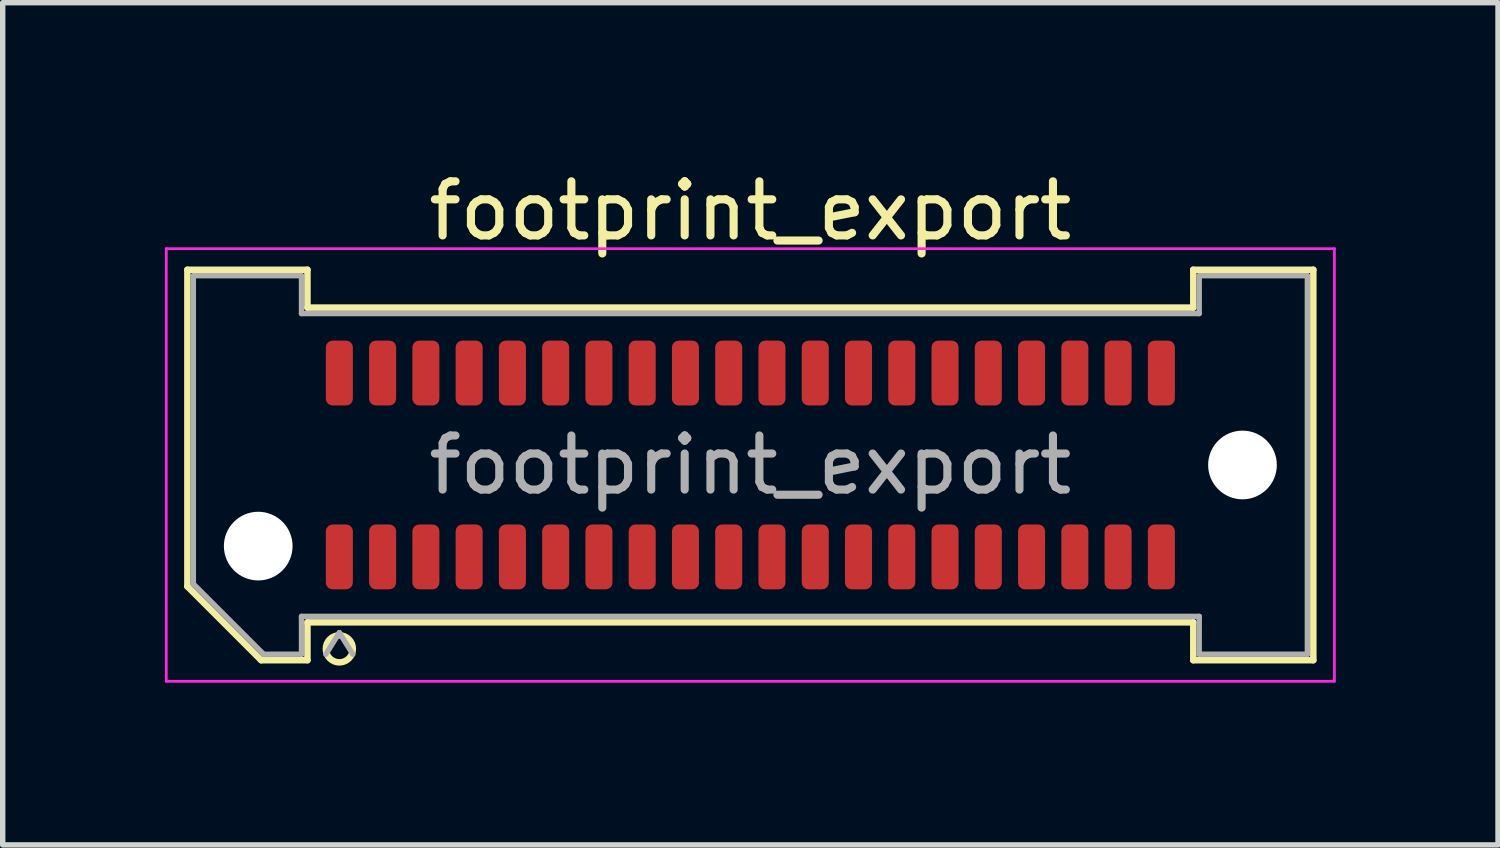
<source format=kicad_pcb>
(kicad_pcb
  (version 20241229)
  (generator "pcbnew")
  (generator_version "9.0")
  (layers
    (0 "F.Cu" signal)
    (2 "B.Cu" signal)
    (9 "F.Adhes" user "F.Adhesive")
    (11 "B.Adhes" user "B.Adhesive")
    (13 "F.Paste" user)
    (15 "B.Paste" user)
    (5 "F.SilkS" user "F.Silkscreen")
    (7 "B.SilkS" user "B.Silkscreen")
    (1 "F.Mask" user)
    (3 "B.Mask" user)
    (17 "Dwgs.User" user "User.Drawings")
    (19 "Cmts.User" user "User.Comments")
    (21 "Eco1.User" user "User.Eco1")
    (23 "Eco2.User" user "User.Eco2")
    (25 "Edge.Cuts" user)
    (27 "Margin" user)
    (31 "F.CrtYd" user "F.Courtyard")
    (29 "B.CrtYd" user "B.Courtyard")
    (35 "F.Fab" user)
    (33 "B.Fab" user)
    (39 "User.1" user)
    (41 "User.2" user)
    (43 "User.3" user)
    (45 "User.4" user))
  (footprint "footprint_export"
    (layer "F.Cu")
    (at 10.825 5.548)
    (property "Reference" "footprint_export" (at 0 -4.7 0) (layer "F.SilkS") (effects (font (size 1 1) (thickness 0.15))))
    (attr smd)
    (fp_line (start -10.41 -3.61) (end -8.19 -3.61) (stroke (width 0.12) (type solid)) (layer "F.SilkS"))
    (fp_line (start -10.41 2.246) (end -10.41 -3.61) (stroke (width 0.12) (type solid)) (layer "F.SilkS"))
    (fp_line (start -9.046 3.61) (end -10.41 2.246) (stroke (width 0.12) (type solid)) (layer "F.SilkS"))
    (fp_line (start -8.19 -3.61) (end -8.19 -2.91) (stroke (width 0.12) (type solid)) (layer "F.SilkS"))
    (fp_line (start -8.19 -2.91) (end 8.19 -2.91) (stroke (width 0.12) (type solid)) (layer "F.SilkS"))
    (fp_line (start -8.19 2.91) (end -8.19 3.61) (stroke (width 0.12) (type solid)) (layer "F.SilkS"))
    (fp_line (start -8.19 3.61) (end -9.046 3.61) (stroke (width 0.12) (type solid)) (layer "F.SilkS"))
    (fp_line (start 8.19 -3.61) (end 10.41 -3.61) (stroke (width 0.12) (type solid)) (layer "F.SilkS"))
    (fp_line (start 8.19 -2.91) (end 8.19 -3.61) (stroke (width 0.12) (type solid)) (layer "F.SilkS"))
    (fp_line (start 8.19 2.91) (end -8.19 2.91) (stroke (width 0.12) (type solid)) (layer "F.SilkS"))
    (fp_line (start 8.19 3.61) (end 8.19 2.91) (stroke (width 0.12) (type solid)) (layer "F.SilkS"))
    (fp_line (start 10.41 -3.61) (end 10.41 3.61) (stroke (width 0.12) (type solid)) (layer "F.SilkS"))
    (fp_line (start 10.41 3.61) (end 8.19 3.61) (stroke (width 0.12) (type solid)) (layer "F.SilkS"))
    (fp_arc (start -7.35 3.4) (mid -7.85 3.4) (end -7.35 3.4) (stroke (width 0.12) (type solid)) (layer "F.SilkS"))
    (fp_line (start -10.8 -4) (end -10.8 4) (stroke (width 0.05) (type solid)) (layer "F.CrtYd"))
    (fp_line (start -10.8 4) (end 10.8 4) (stroke (width 0.05) (type solid)) (layer "F.CrtYd"))
    (fp_line (start 10.8 -4) (end -10.8 -4) (stroke (width 0.05) (type solid)) (layer "F.CrtYd"))
    (fp_line (start 10.8 4) (end 10.8 -4) (stroke (width 0.05) (type solid)) (layer "F.CrtYd"))
    (fp_line (start -10.3 -3.5) (end -8.3 -3.5) (stroke (width 0.1) (type solid)) (layer "F.Fab"))
    (fp_line (start -10.3 2.2) (end -10.3 -3.5) (stroke (width 0.1) (type solid)) (layer "F.Fab"))
    (fp_line (start -9 3.5) (end -10.3 2.2) (stroke (width 0.1) (type solid)) (layer "F.Fab"))
    (fp_line (start -8.3 -3.5) (end -8.3 -2.8) (stroke (width 0.1) (type solid)) (layer "F.Fab"))
    (fp_line (start -8.3 -2.8) (end 8.3 -2.8) (stroke (width 0.1) (type solid)) (layer "F.Fab"))
    (fp_line (start -8.3 2.8) (end -8.3 3.5) (stroke (width 0.1) (type solid)) (layer "F.Fab"))
    (fp_line (start -8.3 3.5) (end -9 3.5) (stroke (width 0.1) (type solid)) (layer "F.Fab"))
    (fp_line (start -7.6 3.1) (end -7.85 3.5) (stroke (width 0.1) (type solid)) (layer "F.Fab"))
    (fp_line (start -7.6 3.1) (end -7.35 3.5) (stroke (width 0.1) (type solid)) (layer "F.Fab"))
    (fp_line (start 8.3 -3.5) (end 10.3 -3.5) (stroke (width 0.1) (type solid)) (layer "F.Fab"))
    (fp_line (start 8.3 -2.8) (end 8.3 -3.5) (stroke (width 0.1) (type solid)) (layer "F.Fab"))
    (fp_line (start 8.3 2.8) (end -8.3 2.8) (stroke (width 0.1) (type solid)) (layer "F.Fab"))
    (fp_line (start 8.3 3.5) (end 8.3 2.8) (stroke (width 0.1) (type solid)) (layer "F.Fab"))
    (fp_line (start 10.3 -3.5) (end 10.3 3.5) (stroke (width 0.1) (type solid)) (layer "F.Fab"))
    (fp_line (start 10.3 3.5) (end 8.3 3.5) (stroke (width 0.1) (type solid)) (layer "F.Fab"))
    (fp_text user "${REFERENCE}" (at 0 0 0) (layer "F.Fab") (effects (font (size 1 1) (thickness 0.15))))
    (pad "" np_thru_hole circle (at -9.1 1.5) (size 1.27 1.27) (drill 1.27) (layers "*.Cu" "*.Mask"))
    (pad "" np_thru_hole circle (at 9.1 0) (size 1.27 1.27) (drill 1.27) (layers "*.Cu" "*.Mask"))
    (pad "1" smd roundrect (at -7.6 1.7) (size 0.5 1.2) (layers "F.Cu" "F.Mask" "F.Paste") (roundrect_rratio 0.25))
    (pad "2" smd roundrect (at -7.6 -1.7) (size 0.5 1.2) (layers "F.Cu" "F.Mask" "F.Paste") (roundrect_rratio 0.25))
    (pad "3" smd roundrect (at -6.8 1.7) (size 0.5 1.2) (layers "F.Cu" "F.Mask" "F.Paste") (roundrect_rratio 0.25))
    (pad "4" smd roundrect (at -6.8 -1.7) (size 0.5 1.2) (layers "F.Cu" "F.Mask" "F.Paste") (roundrect_rratio 0.25))
    (pad "5" smd roundrect (at -6 1.7) (size 0.5 1.2) (layers "F.Cu" "F.Mask" "F.Paste") (roundrect_rratio 0.25))
    (pad "6" smd roundrect (at -6 -1.7) (size 0.5 1.2) (layers "F.Cu" "F.Mask" "F.Paste") (roundrect_rratio 0.25))
    (pad "7" smd roundrect (at -5.2 1.7) (size 0.5 1.2) (layers "F.Cu" "F.Mask" "F.Paste") (roundrect_rratio 0.25))
    (pad "8" smd roundrect (at -5.2 -1.7) (size 0.5 1.2) (layers "F.Cu" "F.Mask" "F.Paste") (roundrect_rratio 0.25))
    (pad "9" smd roundrect (at -4.4 1.7) (size 0.5 1.2) (layers "F.Cu" "F.Mask" "F.Paste") (roundrect_rratio 0.25))
    (pad "10" smd roundrect (at -4.4 -1.7) (size 0.5 1.2) (layers "F.Cu" "F.Mask" "F.Paste") (roundrect_rratio 0.25))
    (pad "11" smd roundrect (at -3.6 1.7) (size 0.5 1.2) (layers "F.Cu" "F.Mask" "F.Paste") (roundrect_rratio 0.25))
    (pad "12" smd roundrect (at -3.6 -1.7) (size 0.5 1.2) (layers "F.Cu" "F.Mask" "F.Paste") (roundrect_rratio 0.25))
    (pad "13" smd roundrect (at -2.8 1.7) (size 0.5 1.2) (layers "F.Cu" "F.Mask" "F.Paste") (roundrect_rratio 0.25))
    (pad "14" smd roundrect (at -2.8 -1.7) (size 0.5 1.2) (layers "F.Cu" "F.Mask" "F.Paste") (roundrect_rratio 0.25))
    (pad "15" smd roundrect (at -2 1.7) (size 0.5 1.2) (layers "F.Cu" "F.Mask" "F.Paste") (roundrect_rratio 0.25))
    (pad "16" smd roundrect (at -2 -1.7) (size 0.5 1.2) (layers "F.Cu" "F.Mask" "F.Paste") (roundrect_rratio 0.25))
    (pad "17" smd roundrect (at -1.2 1.7) (size 0.5 1.2) (layers "F.Cu" "F.Mask" "F.Paste") (roundrect_rratio 0.25))
    (pad "18" smd roundrect (at -1.2 -1.7) (size 0.5 1.2) (layers "F.Cu" "F.Mask" "F.Paste") (roundrect_rratio 0.25))
    (pad "19" smd roundrect (at -0.4 1.7) (size 0.5 1.2) (layers "F.Cu" "F.Mask" "F.Paste") (roundrect_rratio 0.25))
    (pad "20" smd roundrect (at -0.4 -1.7) (size 0.5 1.2) (layers "F.Cu" "F.Mask" "F.Paste") (roundrect_rratio 0.25))
    (pad "21" smd roundrect (at 0.4 1.7) (size 0.5 1.2) (layers "F.Cu" "F.Mask" "F.Paste") (roundrect_rratio 0.25))
    (pad "22" smd roundrect (at 0.4 -1.7) (size 0.5 1.2) (layers "F.Cu" "F.Mask" "F.Paste") (roundrect_rratio 0.25))
    (pad "23" smd roundrect (at 1.2 1.7) (size 0.5 1.2) (layers "F.Cu" "F.Mask" "F.Paste") (roundrect_rratio 0.25))
    (pad "24" smd roundrect (at 1.2 -1.7) (size 0.5 1.2) (layers "F.Cu" "F.Mask" "F.Paste") (roundrect_rratio 0.25))
    (pad "25" smd roundrect (at 2 1.7) (size 0.5 1.2) (layers "F.Cu" "F.Mask" "F.Paste") (roundrect_rratio 0.25))
    (pad "26" smd roundrect (at 2 -1.7) (size 0.5 1.2) (layers "F.Cu" "F.Mask" "F.Paste") (roundrect_rratio 0.25))
    (pad "27" smd roundrect (at 2.8 1.7) (size 0.5 1.2) (layers "F.Cu" "F.Mask" "F.Paste") (roundrect_rratio 0.25))
    (pad "28" smd roundrect (at 2.8 -1.7) (size 0.5 1.2) (layers "F.Cu" "F.Mask" "F.Paste") (roundrect_rratio 0.25))
    (pad "29" smd roundrect (at 3.6 1.7) (size 0.5 1.2) (layers "F.Cu" "F.Mask" "F.Paste") (roundrect_rratio 0.25))
    (pad "30" smd roundrect (at 3.6 -1.7) (size 0.5 1.2) (layers "F.Cu" "F.Mask" "F.Paste") (roundrect_rratio 0.25))
    (pad "31" smd roundrect (at 4.4 1.7) (size 0.5 1.2) (layers "F.Cu" "F.Mask" "F.Paste") (roundrect_rratio 0.25))
    (pad "32" smd roundrect (at 4.4 -1.7) (size 0.5 1.2) (layers "F.Cu" "F.Mask" "F.Paste") (roundrect_rratio 0.25))
    (pad "33" smd roundrect (at 5.2 1.7) (size 0.5 1.2) (layers "F.Cu" "F.Mask" "F.Paste") (roundrect_rratio 0.25))
    (pad "34" smd roundrect (at 5.2 -1.7) (size 0.5 1.2) (layers "F.Cu" "F.Mask" "F.Paste") (roundrect_rratio 0.25))
    (pad "35" smd roundrect (at 6 1.7) (size 0.5 1.2) (layers "F.Cu" "F.Mask" "F.Paste") (roundrect_rratio 0.25))
    (pad "36" smd roundrect (at 6 -1.7) (size 0.5 1.2) (layers "F.Cu" "F.Mask" "F.Paste") (roundrect_rratio 0.25))
    (pad "37" smd roundrect (at 6.8 1.7) (size 0.5 1.2) (layers "F.Cu" "F.Mask" "F.Paste") (roundrect_rratio 0.25))
    (pad "38" smd roundrect (at 6.8 -1.7) (size 0.5 1.2) (layers "F.Cu" "F.Mask" "F.Paste") (roundrect_rratio 0.25))
    (pad "39" smd roundrect (at 7.6 1.7) (size 0.5 1.2) (layers "F.Cu" "F.Mask" "F.Paste") (roundrect_rratio 0.25))
    (pad "40" smd roundrect (at 7.6 -1.7) (size 0.5 1.2) (layers "F.Cu" "F.Mask" "F.Paste") (roundrect_rratio 0.25)))
  (gr_rect
    (start -3 -3)
    (end 24.65 12.573)
    (stroke (width 0.1) (type default))
    (fill no)
    (layer "Edge.Cuts")))
</source>
